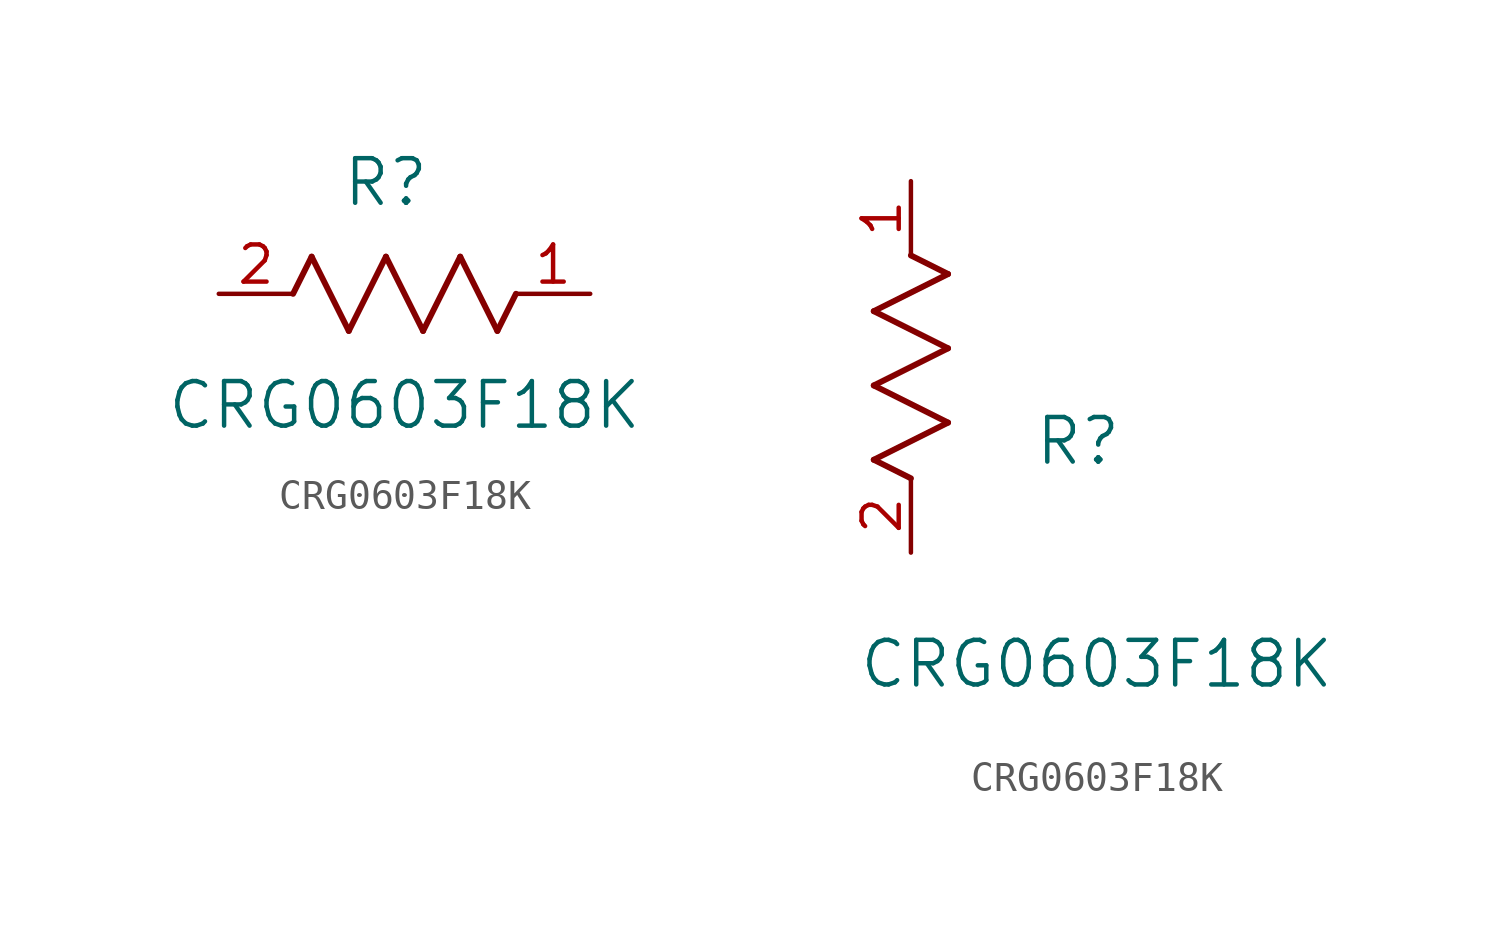
<source format=kicad_sym>
(kicad_symbol_lib
  (version 20211014)
  (generator kicad_symbol_editor)
  (symbol "CRG0603F18K"
    (pin_names
      (offset 0.254))
    (property "Reference" "R"
      (at 5.715 3.81 0)
      (effects (font (size 1.524 1.524))))
    (property "Value" "CRG0603F18K"
      (at 6.35 -3.81 0)
      (effects (font (size 1.524 1.524))))
    (symbol "CRG0603F18K_1_1"
      (polyline (pts (xy 3.175 1.27) (xy 4.445 -1.27)) (stroke (width 0.203) (type default) (color 0 0 0 0)) (fill (type none)))
      (polyline (pts (xy 4.445 -1.27) (xy 5.715 1.27)) (stroke (width 0.203) (type default) (color 0 0 0 0)) (fill (type none)))
      (polyline (pts (xy 5.715 1.27) (xy 6.985 -1.27)) (stroke (width 0.203) (type default) (color 0 0 0 0)) (fill (type none)))
      (polyline (pts (xy 6.985 -1.27) (xy 8.255 1.27)) (stroke (width 0.203) (type default) (color 0 0 0 0)) (fill (type none)))
      (polyline (pts (xy 8.255 1.27) (xy 9.525 -1.27)) (stroke (width 0.203) (type default) (color 0 0 0 0)) (fill (type none)))
      (polyline (pts (xy 2.54 0) (xy 3.175 1.27)) (stroke (width 0.203) (type default) (color 0 0 0 0)) (fill (type none)))
      (polyline (pts (xy 9.525 -1.27) (xy 10.16 0)) (stroke (width 0.203) (type default) (color 0 0 0 0)) (fill (type none)))
      (pin unspecified line (at 0 0 0) (length 2.54) (name "" (effects (font (size 1.27 1.27)))) (number "2" (effects (font (size 1.27 1.27)))))
      (pin unspecified line (at 12.7 0 180) (length 2.54) (name "" (effects (font (size 1.27 1.27)))) (number "1" (effects (font (size 1.27 1.27))))))
    (symbol "CRG0603F18K_1_2"
      (polyline (pts (xy 0 2.54) (xy -1.27 3.175)) (stroke (width 0.203) (type default) (color 0 0 0 0)) (fill (type none)))
      (polyline (pts (xy -1.27 3.175) (xy 1.27 4.445)) (stroke (width 0.203) (type default) (color 0 0 0 0)) (fill (type none)))
      (polyline (pts (xy 1.27 4.445) (xy -1.27 5.715)) (stroke (width 0.203) (type default) (color 0 0 0 0)) (fill (type none)))
      (polyline (pts (xy -1.27 5.715) (xy 1.27 6.985)) (stroke (width 0.203) (type default) (color 0 0 0 0)) (fill (type none)))
      (polyline (pts (xy -1.27 8.255) (xy 1.27 9.525)) (stroke (width 0.203) (type default) (color 0 0 0 0)) (fill (type none)))
      (polyline (pts (xy 1.27 9.525) (xy 0 10.16)) (stroke (width 0.203) (type default) (color 0 0 0 0)) (fill (type none)))
      (polyline (pts (xy 1.27 6.985) (xy -1.27 8.255)) (stroke (width 0.203) (type default) (color 0 0 0 0)) (fill (type none)))
      (pin unspecified line (at 0 0 90) (length 2.54) (name "" (effects (font (size 1.27 1.27)))) (number "2" (effects (font (size 1.27 1.27)))))
      (pin unspecified line (at 0 12.7 270) (length 2.54) (name "" (effects (font (size 1.27 1.27)))) (number "1" (effects (font (size 1.27 1.27))))))))
</source>
